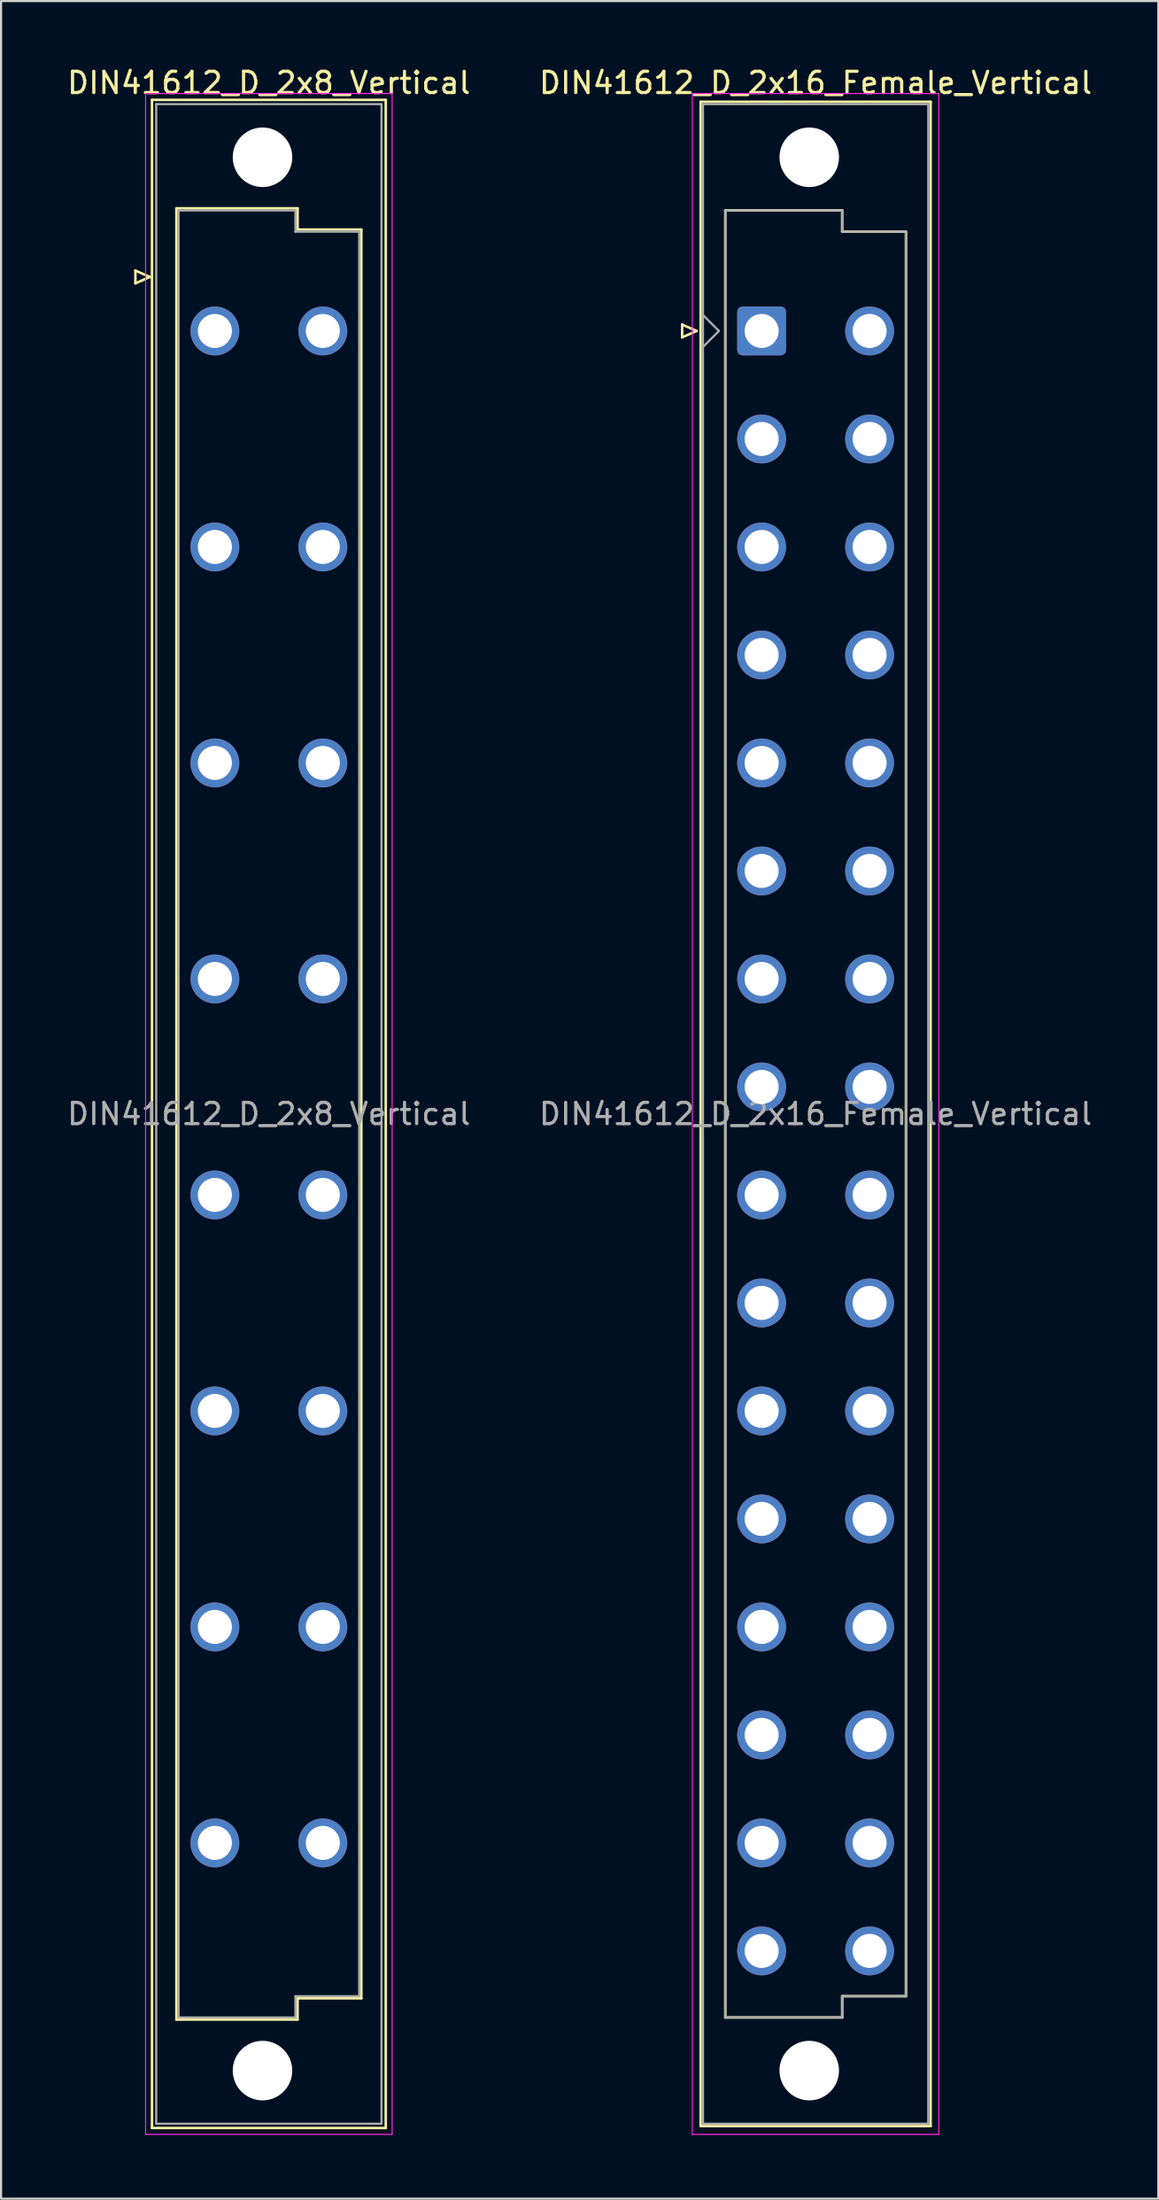
<source format=kicad_pcb>
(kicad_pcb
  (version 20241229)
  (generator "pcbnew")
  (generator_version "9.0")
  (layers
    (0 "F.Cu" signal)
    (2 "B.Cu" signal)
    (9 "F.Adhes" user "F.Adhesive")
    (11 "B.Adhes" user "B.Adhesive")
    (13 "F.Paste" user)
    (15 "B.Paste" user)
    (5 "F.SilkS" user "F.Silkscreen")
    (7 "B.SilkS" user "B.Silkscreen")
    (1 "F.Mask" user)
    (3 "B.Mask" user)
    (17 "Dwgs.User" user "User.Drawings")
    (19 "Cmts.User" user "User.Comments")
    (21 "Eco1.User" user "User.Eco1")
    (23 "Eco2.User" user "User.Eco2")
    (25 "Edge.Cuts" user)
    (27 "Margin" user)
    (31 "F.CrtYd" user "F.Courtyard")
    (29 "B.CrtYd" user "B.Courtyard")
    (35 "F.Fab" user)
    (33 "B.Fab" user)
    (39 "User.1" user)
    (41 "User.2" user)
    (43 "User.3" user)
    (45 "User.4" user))
  (footprint "DIN41612_D_2x8_Vertical"
    (layer "F.Cu")
    (at 7.061 9.978)
    (property "Reference" "DIN41612_D_2x8_Vertical" (at 2.54 -9.13 0) (layer "F.SilkS") (effects (font (size 1 1) (thickness 0.15))))
    (attr through_hole)
    (fp_line (start -3.74 -0.3) (end -3.74 0.3) (stroke (width 0.12) (type solid)) (layer "F.SilkS"))
    (fp_line (start -3.74 0.3) (end -3.06 0) (stroke (width 0.12) (type solid)) (layer "F.SilkS"))
    (fp_line (start -3.06 0) (end -3.74 -0.3) (stroke (width 0.12) (type solid)) (layer "F.SilkS"))
    (fp_line (start -2.96 -8.33) (end 8.04 -8.33) (stroke (width 0.12) (type solid)) (layer "F.SilkS"))
    (fp_line (start -2.96 87.07) (end -2.96 -8.33) (stroke (width 0.12) (type solid)) (layer "F.SilkS"))
    (fp_line (start -1.81 -3.23) (end 3.89 -3.23) (stroke (width 0.12) (type solid)) (layer "F.SilkS"))
    (fp_line (start -1.81 81.97) (end -1.81 -3.23) (stroke (width 0.12) (type solid)) (layer "F.SilkS"))
    (fp_line (start 3.89 -3.23) (end 3.89 -2.23) (stroke (width 0.12) (type solid)) (layer "F.SilkS"))
    (fp_line (start 3.89 -2.23) (end 6.89 -2.23) (stroke (width 0.12) (type solid)) (layer "F.SilkS"))
    (fp_line (start 3.89 80.97) (end 3.89 81.97) (stroke (width 0.12) (type solid)) (layer "F.SilkS"))
    (fp_line (start 3.89 81.97) (end -1.81 81.97) (stroke (width 0.12) (type solid)) (layer "F.SilkS"))
    (fp_line (start 6.89 -2.23) (end 6.89 80.97) (stroke (width 0.12) (type solid)) (layer "F.SilkS"))
    (fp_line (start 6.89 80.97) (end 3.89 80.97) (stroke (width 0.12) (type solid)) (layer "F.SilkS"))
    (fp_line (start 8.04 -8.33) (end 8.04 87.07) (stroke (width 0.12) (type solid)) (layer "F.SilkS"))
    (fp_line (start 8.04 87.07) (end -2.96 87.07) (stroke (width 0.12) (type solid)) (layer "F.SilkS"))
    (fp_line (start -3.26 -8.63) (end 8.34 -8.63) (stroke (width 0.05) (type solid)) (layer "F.CrtYd"))
    (fp_line (start -3.26 87.37) (end -3.26 -8.63) (stroke (width 0.05) (type solid)) (layer "F.CrtYd"))
    (fp_line (start 8.34 -8.63) (end 8.34 87.37) (stroke (width 0.05) (type solid)) (layer "F.CrtYd"))
    (fp_line (start 8.34 87.37) (end -3.26 87.37) (stroke (width 0.05) (type solid)) (layer "F.CrtYd"))
    (fp_line (start -2.76 -8.13) (end 7.84 -8.13) (stroke (width 0.1) (type solid)) (layer "F.Fab"))
    (fp_line (start -2.76 86.87) (end -2.76 -8.13) (stroke (width 0.1) (type solid)) (layer "F.Fab"))
    (fp_line (start -1.71 -3.13) (end 3.79 -3.13) (stroke (width 0.1) (type solid)) (layer "F.Fab"))
    (fp_line (start -1.71 81.87) (end -1.71 -3.13) (stroke (width 0.1) (type solid)) (layer "F.Fab"))
    (fp_line (start 3.79 -3.13) (end 3.79 -2.13) (stroke (width 0.1) (type solid)) (layer "F.Fab"))
    (fp_line (start 3.79 -2.13) (end 6.79 -2.13) (stroke (width 0.1) (type solid)) (layer "F.Fab"))
    (fp_line (start 3.79 80.87) (end 3.79 81.87) (stroke (width 0.1) (type solid)) (layer "F.Fab"))
    (fp_line (start 3.79 81.87) (end -1.71 81.87) (stroke (width 0.1) (type solid)) (layer "F.Fab"))
    (fp_line (start 6.79 -2.13) (end 6.79 80.87) (stroke (width 0.1) (type solid)) (layer "F.Fab"))
    (fp_line (start 6.79 80.87) (end 3.79 80.87) (stroke (width 0.1) (type solid)) (layer "F.Fab"))
    (fp_line (start 7.84 -8.13) (end 7.84 86.87) (stroke (width 0.1) (type solid)) (layer "F.Fab"))
    (fp_line (start 7.84 86.87) (end -2.76 86.87) (stroke (width 0.1) (type solid)) (layer "F.Fab"))
    (fp_text user "${REFERENCE}" (at 2.54 39.37 0) (layer "F.Fab") (effects (font (size 1 1) (thickness 0.15))))
    (pad "" np_thru_hole circle (at 2.24 -5.63) (size 2.8 2.8) (drill 2.8) (layers "*.Cu" "*.Mask"))
    (pad "" np_thru_hole circle (at 2.24 84.37) (size 2.8 2.8) (drill 2.8) (layers "*.Cu" "*.Mask"))
    (pad "a2" thru_hole circle (at 0 2.54) (size 2.3 2.3) (drill 1.6) (layers "*.Cu" "*.Mask"))
    (pad "a6" thru_hole circle (at 0 12.7) (size 2.3 2.3) (drill 1.6) (layers "*.Cu" "*.Mask"))
    (pad "a10" thru_hole circle (at 0 22.86) (size 2.3 2.3) (drill 1.6) (layers "*.Cu" "*.Mask"))
    (pad "a14" thru_hole circle (at 0 33.02) (size 2.3 2.3) (drill 1.6) (layers "*.Cu" "*.Mask"))
    (pad "a18" thru_hole circle (at 0 43.18) (size 2.3 2.3) (drill 1.6) (layers "*.Cu" "*.Mask"))
    (pad "a22" thru_hole circle (at 0 53.34) (size 2.3 2.3) (drill 1.6) (layers "*.Cu" "*.Mask"))
    (pad "a26" thru_hole circle (at 0 63.5) (size 2.3 2.3) (drill 1.6) (layers "*.Cu" "*.Mask"))
    (pad "a30" thru_hole circle (at 0 73.66) (size 2.3 2.3) (drill 1.6) (layers "*.Cu" "*.Mask"))
    (pad "c2" thru_hole circle (at 5.08 2.54) (size 2.3 2.3) (drill 1.6) (layers "*.Cu" "*.Mask"))
    (pad "c6" thru_hole circle (at 5.08 12.7) (size 2.3 2.3) (drill 1.6) (layers "*.Cu" "*.Mask"))
    (pad "c10" thru_hole circle (at 5.08 22.86) (size 2.3 2.3) (drill 1.6) (layers "*.Cu" "*.Mask"))
    (pad "c14" thru_hole circle (at 5.08 33.02) (size 2.3 2.3) (drill 1.6) (layers "*.Cu" "*.Mask"))
    (pad "c18" thru_hole circle (at 5.08 43.18) (size 2.3 2.3) (drill 1.6) (layers "*.Cu" "*.Mask"))
    (pad "c22" thru_hole circle (at 5.08 53.34) (size 2.3 2.3) (drill 1.6) (layers "*.Cu" "*.Mask"))
    (pad "c26" thru_hole circle (at 5.08 63.5) (size 2.3 2.3) (drill 1.6) (layers "*.Cu" "*.Mask"))
    (pad "c30" thru_hole circle (at 5.08 73.66) (size 2.3 2.3) (drill 1.6) (layers "*.Cu" "*.Mask")))
  (footprint "DIN41612_D_2x16_Female_Vertical"
    (layer "F.Cu")
    (at 32.787 9.978)
    (property "Reference" "DIN41612_D_2x16_Female_Vertical" (at 2.54 -9.13 0) (layer "F.SilkS") (effects (font (size 1 1) (thickness 0.15))))
    (attr through_hole)
    (fp_line (start -3.74 2.24) (end -3.74 2.84) (stroke (width 0.12) (type solid)) (layer "F.SilkS"))
    (fp_line (start -3.74 2.84) (end -3.06 2.54) (stroke (width 0.12) (type solid)) (layer "F.SilkS"))
    (fp_line (start -3.06 2.54) (end -3.74 2.24) (stroke (width 0.12) (type solid)) (layer "F.SilkS"))
    (fp_line (start -2.87 -8.24) (end 7.95 -8.24) (stroke (width 0.12) (type solid)) (layer "F.SilkS"))
    (fp_line (start -2.87 86.98) (end -2.87 -8.24) (stroke (width 0.12) (type solid)) (layer "F.SilkS"))
    (fp_line (start -1.71 -3.13) (end 3.79 -3.13) (stroke (width 0.12) (type solid)) (layer "F.SilkS"))
    (fp_line (start -1.71 81.87) (end -1.71 -3.13) (stroke (width 0.12) (type solid)) (layer "F.SilkS"))
    (fp_line (start 3.79 -3.13) (end 3.79 -2.13) (stroke (width 0.12) (type solid)) (layer "F.SilkS"))
    (fp_line (start 3.79 -2.13) (end 6.79 -2.13) (stroke (width 0.12) (type solid)) (layer "F.SilkS"))
    (fp_line (start 3.79 80.87) (end 3.79 81.87) (stroke (width 0.12) (type solid)) (layer "F.SilkS"))
    (fp_line (start 3.79 81.87) (end -1.71 81.87) (stroke (width 0.12) (type solid)) (layer "F.SilkS"))
    (fp_line (start 6.79 -2.13) (end 6.79 80.87) (stroke (width 0.12) (type solid)) (layer "F.SilkS"))
    (fp_line (start 6.79 80.87) (end 3.79 80.87) (stroke (width 0.12) (type solid)) (layer "F.SilkS"))
    (fp_line (start 7.95 -8.24) (end 7.95 86.98) (stroke (width 0.12) (type solid)) (layer "F.SilkS"))
    (fp_line (start 7.95 86.98) (end -2.87 86.98) (stroke (width 0.12) (type solid)) (layer "F.SilkS"))
    (fp_line (start -3.26 -8.63) (end 8.34 -8.63) (stroke (width 0.05) (type solid)) (layer "F.CrtYd"))
    (fp_line (start -3.26 87.37) (end -3.26 -8.63) (stroke (width 0.05) (type solid)) (layer "F.CrtYd"))
    (fp_line (start 8.34 -8.63) (end 8.34 87.37) (stroke (width 0.05) (type solid)) (layer "F.CrtYd"))
    (fp_line (start 8.34 87.37) (end -3.26 87.37) (stroke (width 0.05) (type solid)) (layer "F.CrtYd"))
    (fp_line (start -2.76 -8.13) (end 7.84 -8.13) (stroke (width 0.1) (type solid)) (layer "F.Fab"))
    (fp_line (start -2.76 1.79) (end -2.01 2.54) (stroke (width 0.1) (type solid)) (layer "F.Fab"))
    (fp_line (start -2.76 86.87) (end -2.76 -8.13) (stroke (width 0.1) (type solid)) (layer "F.Fab"))
    (fp_line (start -2.01 2.54) (end -2.76 3.29) (stroke (width 0.1) (type solid)) (layer "F.Fab"))
    (fp_line (start -1.71 -3.13) (end 3.79 -3.13) (stroke (width 0.1) (type solid)) (layer "F.Fab"))
    (fp_line (start -1.71 81.87) (end -1.71 -3.13) (stroke (width 0.1) (type solid)) (layer "F.Fab"))
    (fp_line (start 3.79 -3.13) (end 3.79 -2.13) (stroke (width 0.1) (type solid)) (layer "F.Fab"))
    (fp_line (start 3.79 -2.13) (end 6.79 -2.13) (stroke (width 0.1) (type solid)) (layer "F.Fab"))
    (fp_line (start 3.79 80.87) (end 3.79 81.87) (stroke (width 0.1) (type solid)) (layer "F.Fab"))
    (fp_line (start 3.79 81.87) (end -1.71 81.87) (stroke (width 0.1) (type solid)) (layer "F.Fab"))
    (fp_line (start 6.79 -2.13) (end 6.79 80.87) (stroke (width 0.1) (type solid)) (layer "F.Fab"))
    (fp_line (start 6.79 80.87) (end 3.79 80.87) (stroke (width 0.1) (type solid)) (layer "F.Fab"))
    (fp_line (start 7.84 -8.13) (end 7.84 86.87) (stroke (width 0.1) (type solid)) (layer "F.Fab"))
    (fp_line (start 7.84 86.87) (end -2.76 86.87) (stroke (width 0.1) (type solid)) (layer "F.Fab"))
    (fp_text user "${REFERENCE}" (at 2.54 39.37 0) (layer "F.Fab") (effects (font (size 1 1) (thickness 0.15))))
    (pad "" np_thru_hole circle (at 2.24 -5.63) (size 2.8 2.8) (drill 2.8) (layers "*.Cu" "*.Mask"))
    (pad "" np_thru_hole circle (at 2.24 84.37) (size 2.8 2.8) (drill 2.8) (layers "*.Cu" "*.Mask"))
    (pad "a2" thru_hole roundrect (at 0 2.54) (size 2.3 2.3) (drill 1.6) (layers "*.Cu" "*.Mask") (roundrect_rratio 0.109))
    (pad "a4" thru_hole circle (at 0 7.62) (size 2.3 2.3) (drill 1.6) (layers "*.Cu" "*.Mask"))
    (pad "a6" thru_hole circle (at 0 12.7) (size 2.3 2.3) (drill 1.6) (layers "*.Cu" "*.Mask"))
    (pad "a8" thru_hole circle (at 0 17.78) (size 2.3 2.3) (drill 1.6) (layers "*.Cu" "*.Mask"))
    (pad "a10" thru_hole circle (at 0 22.86) (size 2.3 2.3) (drill 1.6) (layers "*.Cu" "*.Mask"))
    (pad "a12" thru_hole circle (at 0 27.94) (size 2.3 2.3) (drill 1.6) (layers "*.Cu" "*.Mask"))
    (pad "a14" thru_hole circle (at 0 33.02) (size 2.3 2.3) (drill 1.6) (layers "*.Cu" "*.Mask"))
    (pad "a16" thru_hole circle (at 0 38.1) (size 2.3 2.3) (drill 1.6) (layers "*.Cu" "*.Mask"))
    (pad "a18" thru_hole circle (at 0 43.18) (size 2.3 2.3) (drill 1.6) (layers "*.Cu" "*.Mask"))
    (pad "a20" thru_hole circle (at 0 48.26) (size 2.3 2.3) (drill 1.6) (layers "*.Cu" "*.Mask"))
    (pad "a22" thru_hole circle (at 0 53.34) (size 2.3 2.3) (drill 1.6) (layers "*.Cu" "*.Mask"))
    (pad "a24" thru_hole circle (at 0 58.42) (size 2.3 2.3) (drill 1.6) (layers "*.Cu" "*.Mask"))
    (pad "a26" thru_hole circle (at 0 63.5) (size 2.3 2.3) (drill 1.6) (layers "*.Cu" "*.Mask"))
    (pad "a28" thru_hole circle (at 0 68.58) (size 2.3 2.3) (drill 1.6) (layers "*.Cu" "*.Mask"))
    (pad "a30" thru_hole circle (at 0 73.66) (size 2.3 2.3) (drill 1.6) (layers "*.Cu" "*.Mask"))
    (pad "a32" thru_hole circle (at 0 78.74) (size 2.3 2.3) (drill 1.6) (layers "*.Cu" "*.Mask"))
    (pad "c2" thru_hole circle (at 5.08 2.54) (size 2.3 2.3) (drill 1.6) (layers "*.Cu" "*.Mask"))
    (pad "c4" thru_hole circle (at 5.08 7.62) (size 2.3 2.3) (drill 1.6) (layers "*.Cu" "*.Mask"))
    (pad "c6" thru_hole circle (at 5.08 12.7) (size 2.3 2.3) (drill 1.6) (layers "*.Cu" "*.Mask"))
    (pad "c8" thru_hole circle (at 5.08 17.78) (size 2.3 2.3) (drill 1.6) (layers "*.Cu" "*.Mask"))
    (pad "c10" thru_hole circle (at 5.08 22.86) (size 2.3 2.3) (drill 1.6) (layers "*.Cu" "*.Mask"))
    (pad "c12" thru_hole circle (at 5.08 27.94) (size 2.3 2.3) (drill 1.6) (layers "*.Cu" "*.Mask"))
    (pad "c14" thru_hole circle (at 5.08 33.02) (size 2.3 2.3) (drill 1.6) (layers "*.Cu" "*.Mask"))
    (pad "c16" thru_hole circle (at 5.08 38.1) (size 2.3 2.3) (drill 1.6) (layers "*.Cu" "*.Mask"))
    (pad "c18" thru_hole circle (at 5.08 43.18) (size 2.3 2.3) (drill 1.6) (layers "*.Cu" "*.Mask"))
    (pad "c20" thru_hole circle (at 5.08 48.26) (size 2.3 2.3) (drill 1.6) (layers "*.Cu" "*.Mask"))
    (pad "c22" thru_hole circle (at 5.08 53.34) (size 2.3 2.3) (drill 1.6) (layers "*.Cu" "*.Mask"))
    (pad "c24" thru_hole circle (at 5.08 58.42) (size 2.3 2.3) (drill 1.6) (layers "*.Cu" "*.Mask"))
    (pad "c26" thru_hole circle (at 5.08 63.5) (size 2.3 2.3) (drill 1.6) (layers "*.Cu" "*.Mask"))
    (pad "c28" thru_hole circle (at 5.08 68.58) (size 2.3 2.3) (drill 1.6) (layers "*.Cu" "*.Mask"))
    (pad "c30" thru_hole circle (at 5.08 73.66) (size 2.3 2.3) (drill 1.6) (layers "*.Cu" "*.Mask"))
    (pad "c32" thru_hole circle (at 5.08 78.74) (size 2.3 2.3) (drill 1.6) (layers "*.Cu" "*.Mask")))
  (gr_rect
    (start -3 -3)
    (end 51.452 100.373)
    (stroke (width 0.1) (type default))
    (fill no)
    (layer "Edge.Cuts")))
</source>
